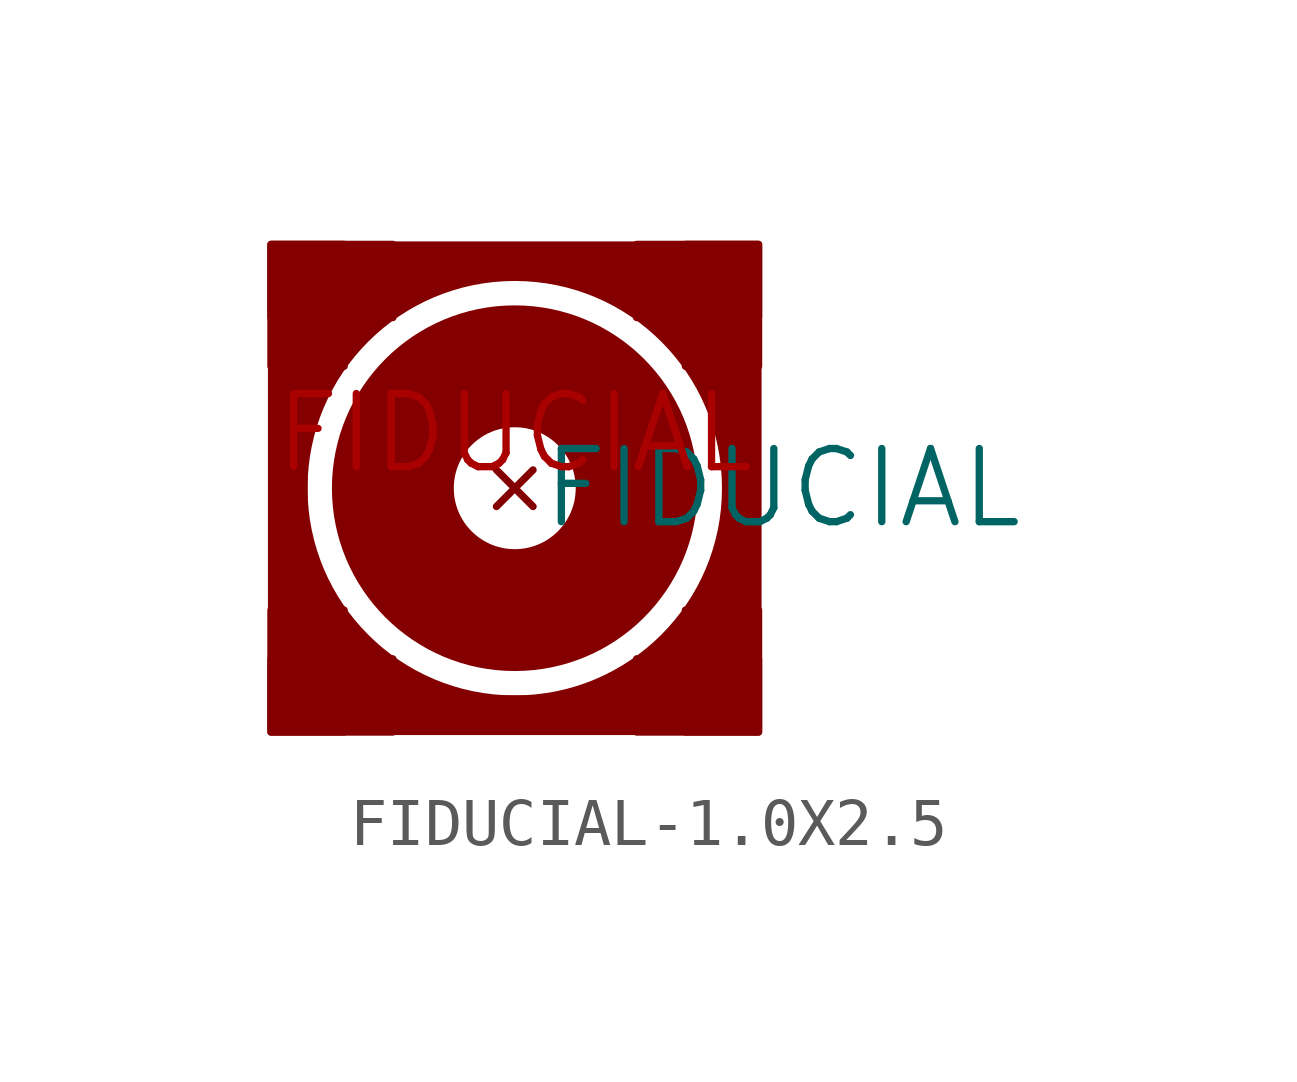
<source format=kicad_sym>
(kicad_symbol_lib
  (version 20241209)
  (generator "kicad_symbol_editor")
  (generator_version "9.0")
  (symbol "FIDUCIAL-1.0X2.5"
    (property "Reference" "FIDUCIAL"
      (at 0 0 0)
      (effects (font (size 1.27 1.27)) (hide yes)))
    (property "ki_locked" ""
      (at 0 0 0)
      (effects (font (size 1.27 1.27))))
    (symbol "FIDUCIAL-1.0X2.5_1_0"
      (polyline (pts (xy -5.08 5.08) (xy 5.08 5.08)) (stroke (width 0.127) (type solid)) (fill (type none)))
      (rectangle (start -5.08 3.556) (end -2.54 5.08) (stroke (width 0) (type default)) (fill (type outline)))
      (rectangle (start -5.08 2.54) (end -3.556 5.08) (stroke (width 0) (type default)) (fill (type outline)))
      (rectangle (start -5.08 -5.08) (end -3.556 -2.54) (stroke (width 0) (type default)) (fill (type outline)))
      (rectangle (start -5.08 -5.08) (end -2.54 -3.556) (stroke (width 0) (type default)) (fill (type outline)))
      (polyline (pts (xy -5.08 -5.08) (xy -5.08 5.08)) (stroke (width 0.127) (type solid)) (fill (type none)))
      (polyline (pts (xy -5.08 -5.08) (xy 5.08 -5.08)) (stroke (width 0.127) (type solid)) (fill (type none)))
      (polyline (pts (xy -4.699 2.54) (xy -4.699 -2.54)) (stroke (width 0.762) (type solid)) (fill (type none)))
      (polyline (pts (xy -2.54 4.699) (xy 2.54 4.699)) (stroke (width 0.762) (type solid)) (fill (type none)))
      (polyline (pts (xy -2.54 -4.699) (xy 2.54 -4.699)) (stroke (width 0.762) (type solid)) (fill (type none)))
      (circle (center 0 0) (radius 2.54) (stroke (width 2.54) (type solid)) (fill (type none)))
      (circle (center 0 0) (radius 4.699) (stroke (width 0.762) (type solid)) (fill (type none)))
      (rectangle (start 2.54 3.556) (end 5.08 5.08) (stroke (width 0) (type default)) (fill (type outline)))
      (rectangle (start 2.54 -5.08) (end 5.08 -3.556) (stroke (width 0) (type default)) (fill (type outline)))
      (rectangle (start 3.556 2.54) (end 5.08 5.08) (stroke (width 0) (type default)) (fill (type outline)))
      (rectangle (start 3.556 -5.08) (end 5.08 -2.54) (stroke (width 0) (type default)) (fill (type outline)))
      (polyline (pts (xy 4.699 -2.54) (xy 4.699 2.54)) (stroke (width 0.762) (type solid)) (fill (type none)))
      (polyline (pts (xy 5.08 5.08) (xy 5.08 -5.08)) (stroke (width 0.127) (type solid)) (fill (type none)))
      (pin no_connect line (at 0 0 0) (length 0) (name "FIDUCIAL" (effects (font (size 1.524 1.524)))) (number "FIDUCIAL" (effects (font (size 1.524 1.524))))))))
</source>
